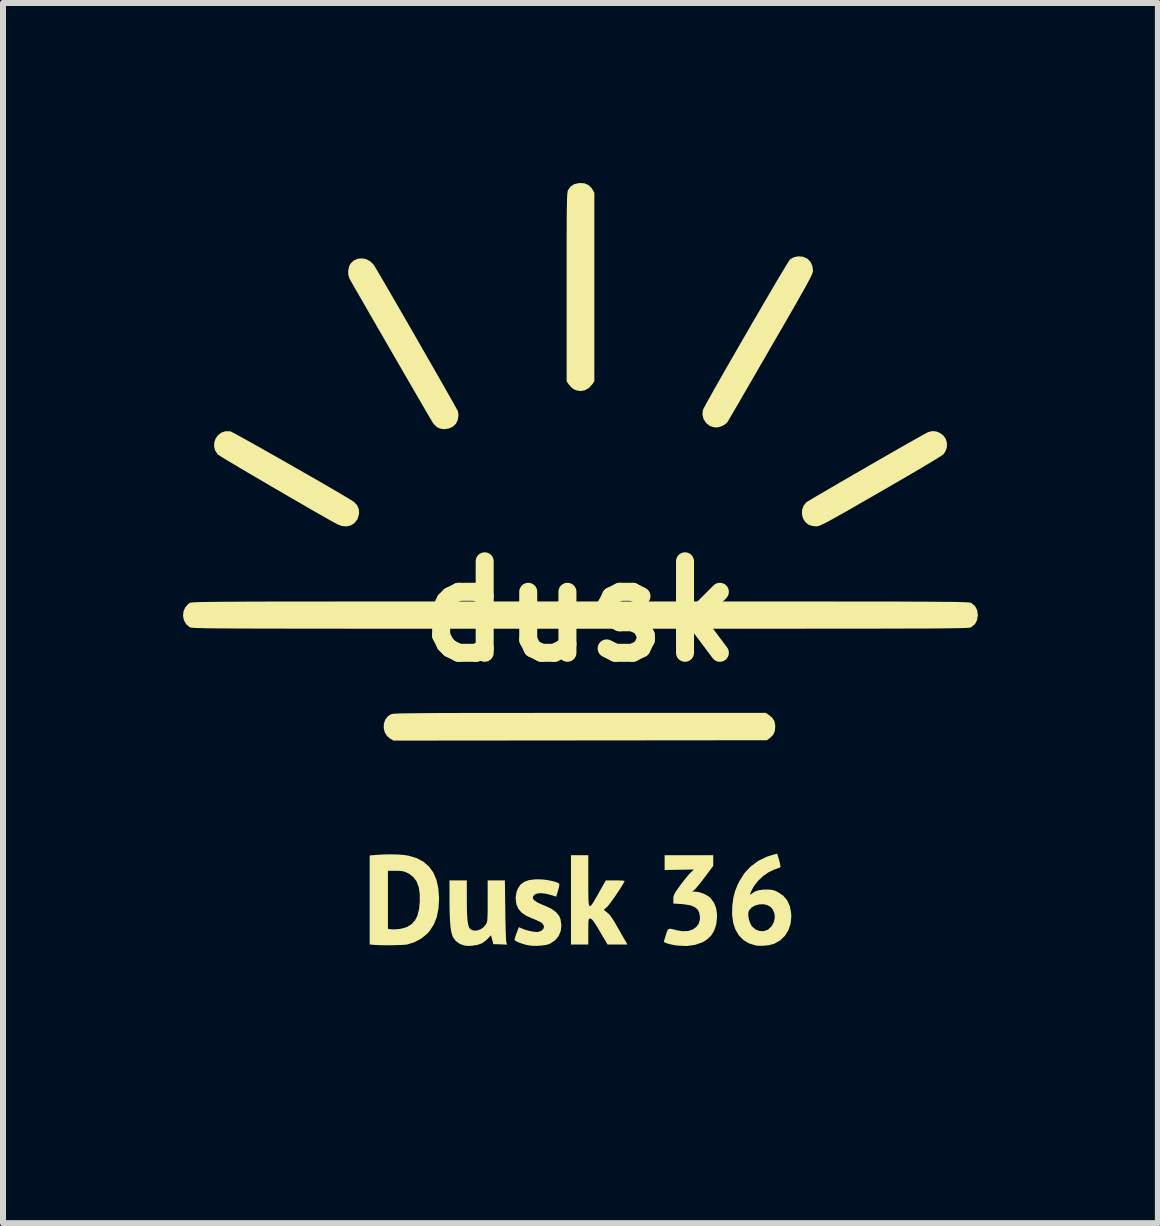
<source format=kicad_pcb>
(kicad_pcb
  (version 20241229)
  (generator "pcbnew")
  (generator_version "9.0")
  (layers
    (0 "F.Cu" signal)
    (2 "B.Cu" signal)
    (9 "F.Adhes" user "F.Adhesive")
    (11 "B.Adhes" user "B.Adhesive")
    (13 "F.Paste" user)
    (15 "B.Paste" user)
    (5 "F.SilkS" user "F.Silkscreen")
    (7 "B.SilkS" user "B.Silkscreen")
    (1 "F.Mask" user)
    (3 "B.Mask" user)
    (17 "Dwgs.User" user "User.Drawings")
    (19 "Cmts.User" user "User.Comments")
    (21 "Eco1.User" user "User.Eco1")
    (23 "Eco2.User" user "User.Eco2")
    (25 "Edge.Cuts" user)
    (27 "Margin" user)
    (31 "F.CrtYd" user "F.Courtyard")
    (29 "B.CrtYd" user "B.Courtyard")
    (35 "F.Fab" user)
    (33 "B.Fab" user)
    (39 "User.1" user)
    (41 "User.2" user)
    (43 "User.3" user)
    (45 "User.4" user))
  (footprint "dusk"
    (layer "F.Cu")
    (at 6.623 7.138)
    (property "Reference" "dusk" (at 0 0 0) (layer "F.SilkS") (effects (font (size 1.524 1.524) (thickness 0.3))))
    (attr board_only exclude_from_pos_files exclude_from_bom)
    (fp_poly (pts (xy 2.732 6.91) (xy 2.53 6.91) (xy 2.53 6.173) (xy 2.732 6.173)) (stroke (width 0) (type solid)) (fill yes) (layer "F.Mask"))
    (fp_poly (pts (xy 2.659 5.869) (xy 2.667 5.871) (xy 2.714 5.896) (xy 2.741 5.935) (xy 2.747 5.981) (xy 2.729 6.026) (xy 2.715 6.042) (xy 2.673 6.065) (xy 2.619 6.073) (xy 2.567 6.064) (xy 2.53 6.043) (xy 2.507 6.002) (xy 2.501 5.966) (xy 2.513 5.915) (xy 2.546 5.88) (xy 2.596 5.864)) (stroke (width 0) (type solid)) (fill yes) (layer "F.Mask"))
    (fp_poly (pts (xy 1.865 6.302) (xy 1.865 6.424) (xy 1.865 6.52) (xy 1.866 6.593) (xy 1.868 6.647) (xy 1.871 6.685) (xy 1.875 6.709) (xy 1.88 6.724) (xy 1.886 6.732) (xy 1.89 6.735) (xy 1.923 6.743) (xy 1.955 6.741) (xy 1.984 6.739) (xy 1.995 6.753) (xy 1.995 6.76) (xy 1.998 6.793) (xy 2.003 6.836) (xy 2.004 6.84) (xy 2.008 6.875) (xy 2 6.893) (xy 1.973 6.904) (xy 1.957 6.909) (xy 1.908 6.918) (xy 1.849 6.924) (xy 1.824 6.925) (xy 1.774 6.922) (xy 1.741 6.912) (xy 1.711 6.889) (xy 1.705 6.882) (xy 1.662 6.84) (xy 1.662 5.884) (xy 1.865 5.884)) (stroke (width 0) (type solid)) (fill yes) (layer "F.Mask"))
    (fp_poly (pts (xy 2.287 6.304) (xy 2.288 6.43) (xy 2.29 6.53) (xy 2.292 6.607) (xy 2.296 6.664) (xy 2.302 6.704) (xy 2.31 6.729) (xy 2.321 6.742) (xy 2.336 6.746) (xy 2.356 6.745) (xy 2.374 6.741) (xy 2.399 6.738) (xy 2.415 6.746) (xy 2.424 6.77) (xy 2.431 6.816) (xy 2.433 6.832) (xy 2.436 6.871) (xy 2.428 6.891) (xy 2.404 6.903) (xy 2.386 6.908) (xy 2.321 6.921) (xy 2.251 6.923) (xy 2.189 6.915) (xy 2.151 6.902) (xy 2.114 6.867) (xy 2.097 6.827) (xy 2.093 6.797) (xy 2.089 6.741) (xy 2.086 6.663) (xy 2.084 6.565) (xy 2.082 6.451) (xy 2.082 6.328) (xy 2.082 5.884) (xy 2.283 5.884)) (stroke (width 0) (type solid)) (fill yes) (layer "F.Mask"))
    (fp_poly (pts (xy 0.09 6.174) (xy 0.128 6.178) (xy 0.145 6.183) (xy 0.145 6.184) (xy 0.14 6.199) (xy 0.125 6.238) (xy 0.101 6.297) (xy 0.071 6.371) (xy 0.036 6.457) (xy -0.003 6.552) (xy -0.151 6.91) (xy -0.283 6.91) (xy -0.438 6.55) (xy -0.479 6.455) (xy -0.516 6.368) (xy -0.547 6.294) (xy -0.571 6.236) (xy -0.587 6.197) (xy -0.593 6.181) (xy -0.593 6.181) (xy -0.579 6.177) (xy -0.544 6.175) (xy -0.493 6.175) (xy -0.475 6.176) (xy -0.358 6.18) (xy -0.287 6.381) (xy -0.262 6.455) (xy -0.241 6.521) (xy -0.225 6.573) (xy -0.217 6.606) (xy -0.216 6.613) (xy -0.213 6.631) (xy -0.21 6.628) (xy -0.205 6.61) (xy -0.192 6.569) (xy -0.173 6.511) (xy -0.151 6.441) (xy -0.136 6.393) (xy -0.067 6.173) (xy 0.039 6.173)) (stroke (width 0) (type solid)) (fill yes) (layer "F.Mask"))
    (fp_poly (pts (xy 0.159 -3.148) (xy 0.308 -3.141) (xy 0.435 -3.13) (xy 0.762 -3.078) (xy 1.079 -2.998) (xy 1.386 -2.893) (xy 1.681 -2.762) (xy 1.963 -2.607) (xy 2.23 -2.428) (xy 2.482 -2.227) (xy 2.716 -2.004) (xy 2.933 -1.76) (xy 3.13 -1.495) (xy 3.28 -1.257) (xy 3.36 -1.108) (xy 3.439 -0.941) (xy 3.513 -0.764) (xy 3.58 -0.586) (xy 3.635 -0.414) (xy 3.676 -0.257) (xy 3.676 -0.257) (xy 3.698 -0.159) (xy -3.698 -0.159) (xy -3.678 -0.249) (xy -3.634 -0.415) (xy -3.576 -0.594) (xy -3.508 -0.778) (xy -3.432 -0.958) (xy -3.352 -1.124) (xy -3.301 -1.219) (xy -3.125 -1.502) (xy -2.929 -1.765) (xy -2.712 -2.008) (xy -2.477 -2.231) (xy -2.226 -2.432) (xy -1.958 -2.61) (xy -1.676 -2.764) (xy -1.381 -2.895) (xy -1.074 -3) (xy -0.757 -3.079) (xy -0.435 -3.13) (xy -0.306 -3.142) (xy -0.157 -3.148) (xy 0.001 -3.151)) (stroke (width 0) (type solid)) (fill yes) (layer "F.Mask"))
    (fp_poly (pts (xy 0.594 6.154) (xy 0.671 6.181) (xy 0.729 6.223) (xy 0.775 6.288) (xy 0.802 6.371) (xy 0.81 6.466) (xy 0.801 6.547) (xy 0.791 6.592) (xy 0.358 6.592) (xy 0.368 6.632) (xy 0.393 6.694) (xy 0.435 6.734) (xy 0.473 6.75) (xy 0.53 6.763) (xy 0.577 6.762) (xy 0.627 6.746) (xy 0.648 6.736) (xy 0.687 6.721) (xy 0.715 6.714) (xy 0.722 6.714) (xy 0.734 6.73) (xy 0.751 6.764) (xy 0.759 6.781) (xy 0.775 6.818) (xy 0.779 6.839) (xy 0.77 6.852) (xy 0.759 6.862) (xy 0.701 6.891) (xy 0.625 6.911) (xy 0.54 6.921) (xy 0.455 6.922) (xy 0.379 6.91) (xy 0.356 6.904) (xy 0.282 6.865) (xy 0.227 6.807) (xy 0.189 6.729) (xy 0.167 6.629) (xy 0.162 6.577) (xy 0.162 6.468) (xy 0.163 6.462) (xy 0.365 6.462) (xy 0.625 6.462) (xy 0.616 6.416) (xy 0.595 6.36) (xy 0.559 6.328) (xy 0.505 6.317) (xy 0.503 6.317) (xy 0.446 6.331) (xy 0.4 6.367) (xy 0.374 6.419) (xy 0.372 6.426) (xy 0.365 6.462) (xy 0.163 6.462) (xy 0.176 6.38) (xy 0.205 6.308) (xy 0.252 6.247) (xy 0.265 6.234) (xy 0.336 6.186) (xy 0.419 6.156) (xy 0.507 6.145)) (stroke (width 0) (type solid)) (fill yes) (layer "F.Mask"))
    (fp_poly (pts (xy -1.373 6.234) (xy -1.373 6.344) (xy -1.372 6.454) (xy -1.37 6.559) (xy -1.368 6.651) (xy -1.365 6.724) (xy -1.364 6.748) (xy -1.354 6.91) (xy -1.429 6.91) (xy -1.473 6.909) (xy -1.497 6.903) (xy -1.508 6.887) (xy -1.513 6.866) (xy -1.522 6.822) (xy -1.56 6.858) (xy -1.625 6.901) (xy -1.703 6.922) (xy -1.787 6.922) (xy -1.87 6.899) (xy -1.874 6.897) (xy -1.918 6.87) (xy -1.955 6.837) (xy -1.962 6.829) (xy -2.001 6.75) (xy -2.025 6.656) (xy -2.032 6.566) (xy -1.821 6.566) (xy -1.812 6.633) (xy -1.793 6.69) (xy -1.763 6.729) (xy -1.754 6.735) (xy -1.701 6.75) (xy -1.647 6.74) (xy -1.611 6.716) (xy -1.596 6.699) (xy -1.586 6.68) (xy -1.58 6.654) (xy -1.577 6.614) (xy -1.576 6.554) (xy -1.576 6.514) (xy -1.576 6.443) (xy -1.578 6.395) (xy -1.581 6.366) (xy -1.588 6.35) (xy -1.599 6.341) (xy -1.608 6.338) (xy -1.67 6.329) (xy -1.73 6.338) (xy -1.75 6.347) (xy -1.783 6.379) (xy -1.806 6.432) (xy -1.819 6.497) (xy -1.821 6.566) (xy -2.032 6.566) (xy -2.033 6.553) (xy -2.025 6.45) (xy -2.001 6.354) (xy -1.97 6.289) (xy -1.917 6.225) (xy -1.848 6.182) (xy -1.761 6.159) (xy -1.682 6.154) (xy -1.576 6.155) (xy -1.576 5.884) (xy -1.373 5.884)) (stroke (width 0) (type solid)) (fill yes) (layer "F.Mask"))
    (fp_poly (pts (xy 1.309 6.164) (xy 1.378 6.18) (xy 1.43 6.209) (xy 1.457 6.237) (xy 1.471 6.258) (xy 1.482 6.283) (xy 1.49 6.315) (xy 1.496 6.36) (xy 1.501 6.42) (xy 1.504 6.5) (xy 1.506 6.604) (xy 1.507 6.654) (xy 1.511 6.91) (xy 1.434 6.91) (xy 1.389 6.909) (xy 1.364 6.902) (xy 1.35 6.887) (xy 1.343 6.868) (xy 1.328 6.826) (xy 1.268 6.867) (xy 1.189 6.904) (xy 1.103 6.917) (xy 1.045 6.91) (xy 0.972 6.881) (xy 0.92 6.832) (xy 0.89 6.764) (xy 0.882 6.692) (xy 0.887 6.662) (xy 1.093 6.662) (xy 1.096 6.697) (xy 1.125 6.733) (xy 1.166 6.75) (xy 1.218 6.741) (xy 1.242 6.73) (xy 1.281 6.702) (xy 1.298 6.662) (xy 1.301 6.625) (xy 1.3 6.605) (xy 1.29 6.594) (xy 1.266 6.592) (xy 1.221 6.595) (xy 1.219 6.595) (xy 1.157 6.608) (xy 1.114 6.631) (xy 1.093 6.662) (xy 0.887 6.662) (xy 0.894 6.618) (xy 0.932 6.558) (xy 0.994 6.512) (xy 1.08 6.481) (xy 1.186 6.466) (xy 1.301 6.458) (xy 1.301 6.411) (xy 1.293 6.367) (xy 1.267 6.34) (xy 1.221 6.328) (xy 1.152 6.329) (xy 1.127 6.333) (xy 1.074 6.341) (xy 1.028 6.349) (xy 1.01 6.353) (xy 0.987 6.357) (xy 0.972 6.349) (xy 0.959 6.323) (xy 0.947 6.289) (xy 0.934 6.247) (xy 0.928 6.217) (xy 0.928 6.209) (xy 0.952 6.197) (xy 0.996 6.186) (xy 1.055 6.174) (xy 1.119 6.165) (xy 1.181 6.16) (xy 1.218 6.158)) (stroke (width 0) (type solid)) (fill yes) (layer "F.Mask"))
    (fp_poly (pts (xy 2.475 2.671) (xy 2.529 2.72) (xy 2.567 2.785) (xy 2.583 2.855) (xy 2.581 2.896) (xy 2.557 2.972) (xy 2.512 3.036) (xy 2.458 3.076) (xy 2.45 3.079) (xy 2.439 3.082) (xy 2.425 3.084) (xy 2.405 3.087) (xy 2.379 3.089) (xy 2.345 3.091) (xy 2.301 3.093) (xy 2.247 3.094) (xy 2.181 3.096) (xy 2.102 3.097) (xy 2.009 3.098) (xy 1.899 3.099) (xy 1.772 3.1) (xy 1.627 3.1) (xy 1.462 3.101) (xy 1.276 3.101) (xy 1.068 3.102) (xy 0.835 3.102) (xy 0.578 3.103) (xy 0.294 3.103) (xy 0.007 3.103) (xy -0.255 3.103) (xy -0.509 3.103) (xy -0.755 3.103) (xy -0.99 3.103) (xy -1.213 3.103) (xy -1.422 3.102) (xy -1.617 3.102) (xy -1.794 3.101) (xy -1.954 3.1) (xy -2.093 3.099) (xy -2.212 3.098) (xy -2.307 3.097) (xy -2.379 3.096) (xy -2.424 3.095) (xy -2.441 3.094) (xy -2.516 3.063) (xy -2.571 3.012) (xy -2.604 2.944) (xy -2.613 2.862) (xy -2.613 2.851) (xy -2.597 2.774) (xy -2.56 2.714) (xy -2.499 2.667) (xy -2.493 2.664) (xy -2.485 2.66) (xy -2.475 2.657) (xy -2.461 2.654) (xy -2.443 2.652) (xy -2.418 2.65) (xy -2.385 2.648) (xy -2.344 2.646) (xy -2.292 2.645) (xy -2.229 2.643) (xy -2.153 2.642) (xy -2.062 2.641) (xy -1.956 2.64) (xy -1.834 2.64) (xy -1.693 2.639) (xy -1.533 2.639) (xy -1.352 2.639) (xy -1.15 2.639) (xy -0.923 2.638) (xy -0.672 2.638) (xy -0.396 2.638) (xy -0.092 2.638) (xy 2.421 2.638)) (stroke (width 0) (type solid)) (fill yes) (layer "F.Mask"))
    (fp_poly (pts (xy 3.27 6.151) (xy 3.356 6.173) (xy 3.417 6.205) (xy 3.465 6.257) (xy 3.497 6.331) (xy 3.512 6.423) (xy 3.513 6.45) (xy 3.513 6.503) (xy 3.511 6.541) (xy 3.501 6.566) (xy 3.481 6.581) (xy 3.446 6.589) (xy 3.392 6.592) (xy 3.315 6.592) (xy 3.28 6.592) (xy 3.064 6.592) (xy 3.074 6.632) (xy 3.099 6.694) (xy 3.137 6.735) (xy 3.164 6.747) (xy 3.222 6.756) (xy 3.284 6.755) (xy 3.339 6.745) (xy 3.369 6.732) (xy 3.399 6.714) (xy 3.419 6.708) (xy 3.432 6.719) (xy 3.451 6.748) (xy 3.473 6.784) (xy 3.49 6.818) (xy 3.498 6.842) (xy 3.498 6.844) (xy 3.486 6.852) (xy 3.455 6.867) (xy 3.423 6.882) (xy 3.353 6.904) (xy 3.27 6.917) (xy 3.185 6.922) (xy 3.108 6.916) (xy 3.06 6.904) (xy 3.014 6.882) (xy 2.975 6.856) (xy 2.97 6.852) (xy 2.923 6.789) (xy 2.889 6.708) (xy 2.87 6.615) (xy 2.865 6.517) (xy 2.873 6.44) (xy 3.079 6.44) (xy 3.094 6.454) (xy 3.13 6.46) (xy 3.191 6.462) (xy 3.202 6.462) (xy 3.262 6.462) (xy 3.298 6.459) (xy 3.317 6.454) (xy 3.324 6.443) (xy 3.325 6.428) (xy 3.312 6.379) (xy 3.279 6.34) (xy 3.234 6.319) (xy 3.217 6.317) (xy 3.163 6.322) (xy 3.128 6.339) (xy 3.102 6.372) (xy 3.1 6.376) (xy 3.083 6.415) (xy 3.079 6.44) (xy 2.873 6.44) (xy 2.875 6.421) (xy 2.9 6.335) (xy 2.941 6.264) (xy 2.944 6.26) (xy 3.008 6.205) (xy 3.088 6.168) (xy 3.178 6.149)) (stroke (width 0) (type solid)) (fill yes) (layer "F.Mask"))
    (fp_poly (pts (xy -0.835 6.163) (xy -0.768 6.178) (xy -0.718 6.206) (xy -0.68 6.248) (xy -0.673 6.26) (xy -0.662 6.28) (xy -0.654 6.304) (xy -0.649 6.334) (xy -0.646 6.377) (xy -0.644 6.437) (xy -0.643 6.518) (xy -0.643 6.57) (xy -0.642 6.657) (xy -0.64 6.736) (xy -0.637 6.802) (xy -0.634 6.849) (xy -0.63 6.87) (xy -0.618 6.91) (xy -0.706 6.91) (xy -0.754 6.909) (xy -0.781 6.905) (xy -0.794 6.893) (xy -0.801 6.871) (xy -0.802 6.867) (xy -0.811 6.834) (xy -0.823 6.826) (xy -0.844 6.842) (xy -0.857 6.854) (xy -0.919 6.894) (xy -0.995 6.914) (xy -1.078 6.913) (xy -1.105 6.908) (xy -1.175 6.88) (xy -1.223 6.833) (xy -1.25 6.767) (xy -1.255 6.681) (xy -1.255 6.674) (xy -1.253 6.662) (xy -1.051 6.662) (xy -1.05 6.696) (xy -1.027 6.725) (xy -0.98 6.748) (xy -0.931 6.743) (xy -0.883 6.714) (xy -0.848 6.673) (xy -0.838 6.634) (xy -0.841 6.608) (xy -0.852 6.596) (xy -0.88 6.592) (xy -0.903 6.592) (xy -0.974 6.6) (xy -1.024 6.622) (xy -1.05 6.658) (xy -1.051 6.662) (xy -1.253 6.662) (xy -1.249 6.622) (xy -1.238 6.588) (xy -1.217 6.56) (xy -1.203 6.547) (xy -1.142 6.508) (xy -1.062 6.48) (xy -0.971 6.464) (xy -0.923 6.462) (xy -0.875 6.461) (xy -0.85 6.457) (xy -0.84 6.446) (xy -0.838 6.424) (xy -0.838 6.421) (xy -0.846 6.373) (xy -0.871 6.343) (xy -0.916 6.329) (xy -0.957 6.328) (xy -1.016 6.332) (xy -1.075 6.341) (xy -1.097 6.346) (xy -1.137 6.354) (xy -1.164 6.356) (xy -1.169 6.355) (xy -1.18 6.337) (xy -1.193 6.303) (xy -1.204 6.263) (xy -1.211 6.228) (xy -1.211 6.208) (xy -1.211 6.208) (xy -1.185 6.195) (xy -1.137 6.182) (xy -1.076 6.171) (xy -1.008 6.163) (xy -0.941 6.159) (xy -0.925 6.159)) (stroke (width 0) (type solid)) (fill yes) (layer "F.Mask"))
    (fp_poly (pts (xy 0.383 0.745) (xy 0.738 0.745) (xy 1.066 0.745) (xy 1.369 0.745) (xy 1.646 0.745) (xy 1.901 0.745) (xy 2.132 0.745) (xy 2.343 0.745) (xy 2.533 0.746) (xy 2.703 0.746) (xy 2.856 0.746) (xy 2.991 0.747) (xy 3.11 0.748) (xy 3.214 0.748) (xy 3.304 0.749) (xy 3.381 0.75) (xy 3.447 0.752) (xy 3.501 0.753) (xy 3.546 0.754) (xy 3.582 0.756) (xy 3.611 0.758) (xy 3.633 0.76) (xy 3.65 0.762) (xy 3.662 0.764) (xy 3.671 0.767) (xy 3.678 0.77) (xy 3.683 0.773) (xy 3.685 0.773) (xy 3.747 0.823) (xy 3.785 0.887) (xy 3.798 0.95) (xy 3.793 1.032) (xy 3.762 1.104) (xy 3.708 1.161) (xy 3.69 1.173) (xy 3.636 1.207) (xy 0.029 1.209) (xy -0.293 1.209) (xy -0.607 1.21) (xy -0.912 1.21) (xy -1.208 1.209) (xy -1.493 1.209) (xy -1.765 1.209) (xy -2.024 1.209) (xy -2.268 1.208) (xy -2.496 1.208) (xy -2.706 1.207) (xy -2.898 1.207) (xy -3.07 1.206) (xy -3.222 1.205) (xy -3.351 1.205) (xy -3.456 1.204) (xy -3.537 1.203) (xy -3.591 1.202) (xy -3.619 1.201) (xy -3.622 1.201) (xy -3.696 1.169) (xy -3.753 1.117) (xy -3.788 1.049) (xy -3.8 0.97) (xy -3.798 0.95) (xy -3.779 0.874) (xy -3.737 0.813) (xy -3.685 0.773) (xy -3.679 0.77) (xy -3.673 0.768) (xy -3.665 0.765) (xy -3.654 0.763) (xy -3.638 0.76) (xy -3.618 0.758) (xy -3.591 0.756) (xy -3.557 0.755) (xy -3.514 0.753) (xy -3.462 0.752) (xy -3.4 0.751) (xy -3.326 0.75) (xy -3.24 0.749) (xy -3.14 0.748) (xy -3.025 0.747) (xy -2.894 0.747) (xy -2.746 0.746) (xy -2.581 0.746) (xy -2.396 0.745) (xy -2.191 0.745) (xy -1.965 0.745) (xy -1.717 0.745) (xy -1.446 0.745) (xy -1.15 0.745) (xy -0.829 0.745) (xy -0.481 0.745) (xy -0.106 0.744) (xy -0.000001 0.744)) (stroke (width 0) (type solid)) (fill yes) (layer "F.Mask"))
    (fp_poly (pts (xy -2.703 5.869) (xy -2.586 5.895) (xy -2.478 5.936) (xy -2.383 5.99) (xy -2.308 6.054) (xy -2.269 6.105) (xy -2.218 6.212) (xy -2.188 6.328) (xy -2.18 6.445) (xy -2.194 6.557) (xy -2.204 6.589) (xy -2.249 6.682) (xy -2.316 6.76) (xy -2.401 6.821) (xy -2.498 6.859) (xy -2.597 6.873) (xy -2.651 6.872) (xy -2.686 6.865) (xy -2.713 6.849) (xy -2.724 6.839) (xy -2.749 6.805) (xy -2.761 6.771) (xy -2.761 6.768) (xy -2.762 6.75) (xy -2.769 6.746) (xy -2.787 6.758) (xy -2.82 6.788) (xy -2.825 6.792) (xy -2.896 6.844) (xy -2.967 6.872) (xy -3.034 6.876) (xy -3.094 6.856) (xy -3.143 6.812) (xy -3.162 6.781) (xy -3.188 6.7) (xy -3.191 6.61) (xy -3.187 6.589) (xy -2.997 6.589) (xy -2.992 6.653) (xy -2.972 6.693) (xy -2.939 6.709) (xy -2.896 6.699) (xy -2.845 6.663) (xy -2.826 6.644) (xy -2.791 6.604) (xy -2.769 6.567) (xy -2.755 6.52) (xy -2.748 6.482) (xy -2.739 6.429) (xy -2.737 6.397) (xy -2.742 6.379) (xy -2.755 6.366) (xy -2.756 6.365) (xy -2.8 6.348) (xy -2.848 6.355) (xy -2.895 6.383) (xy -2.938 6.427) (xy -2.971 6.484) (xy -2.992 6.55) (xy -2.997 6.589) (xy -3.187 6.589) (xy -3.174 6.516) (xy -3.14 6.424) (xy -3.091 6.339) (xy -3.029 6.269) (xy -2.957 6.217) (xy -2.937 6.208) (xy -2.879 6.192) (xy -2.815 6.188) (xy -2.754 6.194) (xy -2.71 6.211) (xy -2.682 6.226) (xy -2.664 6.224) (xy -2.648 6.211) (xy -2.616 6.195) (xy -2.573 6.187) (xy -2.568 6.187) (xy -2.534 6.189) (xy -2.521 6.199) (xy -2.522 6.22) (xy -2.536 6.289) (xy -2.55 6.367) (xy -2.563 6.447) (xy -2.574 6.523) (xy -2.581 6.587) (xy -2.585 6.632) (xy -2.585 6.647) (xy -2.579 6.683) (xy -2.565 6.699) (xy -2.536 6.705) (xy -2.483 6.697) (xy -2.435 6.664) (xy -2.397 6.61) (xy -2.37 6.54) (xy -2.357 6.457) (xy -2.357 6.435) (xy -2.362 6.344) (xy -2.379 6.272) (xy -2.413 6.21) (xy -2.464 6.15) (xy -2.515 6.105) (xy -2.562 6.075) (xy -2.62 6.054) (xy -2.625 6.053) (xy -2.756 6.029) (xy -2.88 6.032) (xy -2.996 6.06) (xy -3.1 6.113) (xy -3.19 6.189) (xy -3.263 6.287) (xy -3.287 6.332) (xy -3.309 6.382) (xy -3.323 6.424) (xy -3.33 6.469) (xy -3.332 6.528) (xy -3.332 6.556) (xy -3.33 6.626) (xy -3.325 6.678) (xy -3.313 6.721) (xy -3.295 6.766) (xy -3.237 6.86) (xy -3.161 6.933) (xy -3.079 6.981) (xy -3.035 7) (xy -2.994 7.011) (xy -2.945 7.017) (xy -2.879 7.018) (xy -2.862 7.018) (xy -2.796 7.017) (xy -2.736 7.014) (xy -2.691 7.009) (xy -2.678 7.007) (xy -2.645 7.001) (xy -2.628 7.01) (xy -2.616 7.036) (xy -2.596 7.091) (xy -2.591 7.126) (xy -2.6 7.148) (xy -2.626 7.162) (xy -2.644 7.168) (xy -2.706 7.181) (xy -2.785 7.189) (xy -2.869 7.193) (xy -2.948 7.191) (xy -2.999 7.185) (xy -3.133 7.148) (xy -3.249 7.09) (xy -3.315 7.039) (xy -3.398 6.949) (xy -3.458 6.846) (xy -3.496 6.73) (xy -3.512 6.595) (xy -3.513 6.552) (xy -3.5 6.412) (xy -3.461 6.283) (xy -3.401 6.168) (xy -3.32 6.067) (xy -3.221 5.985) (xy -3.108 5.921) (xy -2.981 5.88) (xy -2.845 5.862)) (stroke (width 0) (type solid)) (fill yes) (layer "F.Mask"))
    (fp_poly (pts (xy 0.068 -7.133) (xy 0.134 -7.104) (xy 0.186 -7.051) (xy 0.199 -7.032) (xy 0.231 -6.975) (xy 0.231 -5.405) (xy 0.231 -3.835) (xy 0.198 -3.786) (xy 0.14 -3.722) (xy 0.071 -3.684) (xy 0 -3.672) (xy -0.072 -3.683) (xy -0.117 -3.705) (xy -0.159 -3.74) (xy -0.196 -3.783) (xy -0.198 -3.786) (xy -0.231 -3.835) (xy -0.231 -5.403) (xy -0.231 -5.652) (xy -0.231 -5.873) (xy -0.231 -6.069) (xy -0.231 -6.24) (xy -0.23 -6.389) (xy -0.23 -6.518) (xy -0.229 -6.627) (xy -0.228 -6.719) (xy -0.226 -6.795) (xy -0.225 -6.857) (xy -0.223 -6.906) (xy -0.221 -6.944) (xy -0.218 -6.972) (xy -0.215 -6.993) (xy -0.212 -7.008) (xy -0.209 -7.019) (xy -0.208 -7.02) (xy -0.165 -7.081) (xy -0.103 -7.12) (xy -0.022 -7.138) (xy -0.015 -7.138)) (stroke (width 0) (type solid)) (fill yes) (layer "F.SilkS"))
    (fp_poly (pts (xy 3.137 1.724) (xy 3.196 1.772) (xy 3.23 1.825) (xy 3.244 1.89) (xy 3.245 1.923) (xy 3.238 1.994) (xy 3.214 2.051) (xy 3.167 2.101) (xy 3.146 2.117) (xy 3.106 2.147) (xy -3.115 2.153) (xy -3.168 2.123) (xy -3.225 2.075) (xy -3.262 2.014) (xy -3.279 1.945) (xy -3.277 1.874) (xy -3.255 1.807) (xy -3.213 1.751) (xy -3.16 1.715) (xy -3.153 1.712) (xy -3.142 1.71) (xy -3.126 1.707) (xy -3.104 1.705) (xy -3.075 1.703) (xy -3.037 1.702) (xy -2.991 1.7) (xy -2.933 1.699) (xy -2.864 1.698) (xy -2.782 1.697) (xy -2.686 1.696) (xy -2.574 1.695) (xy -2.447 1.694) (xy -2.302 1.693) (xy -2.138 1.693) (xy -1.955 1.692) (xy -1.751 1.692) (xy -1.524 1.692) (xy -1.275 1.692) (xy -1.001 1.692) (xy -0.702 1.691) (xy -0.376 1.691) (xy -0.023 1.691) (xy 3.089 1.691)) (stroke (width 0) (type solid)) (fill yes) (layer "F.SilkS"))
    (fp_poly (pts (xy -1.894 4.789) (xy -1.893 4.926) (xy -1.89 5.036) (xy -1.885 5.124) (xy -1.877 5.19) (xy -1.866 5.239) (xy -1.853 5.273) (xy -1.835 5.294) (xy -1.835 5.295) (xy -1.786 5.317) (xy -1.729 5.318) (xy -1.669 5.299) (xy -1.615 5.262) (xy -1.576 5.215) (xy -1.567 5.198) (xy -1.56 5.179) (xy -1.554 5.153) (xy -1.551 5.117) (xy -1.549 5.066) (xy -1.547 4.997) (xy -1.547 4.906) (xy -1.547 4.825) (xy -1.547 4.482) (xy -1.26 4.482) (xy -1.253 4.977) (xy -1.252 5.095) (xy -1.249 5.206) (xy -1.247 5.305) (xy -1.244 5.389) (xy -1.241 5.455) (xy -1.238 5.497) (xy -1.236 5.512) (xy -1.225 5.553) (xy -1.339 5.548) (xy -1.453 5.544) (xy -1.472 5.47) (xy -1.492 5.396) (xy -1.542 5.451) (xy -1.586 5.491) (xy -1.635 5.526) (xy -1.653 5.535) (xy -1.718 5.557) (xy -1.797 5.57) (xy -1.878 5.574) (xy -1.94 5.567) (xy -2.016 5.538) (xy -2.081 5.489) (xy -2.126 5.427) (xy -2.143 5.381) (xy -2.157 5.32) (xy -2.168 5.241) (xy -2.175 5.143) (xy -2.18 5.023) (xy -2.183 4.877) (xy -2.183 4.803) (xy -2.183 4.482) (xy -1.894 4.482)) (stroke (width 0) (type solid)) (fill yes) (layer "F.SilkS"))
    (fp_poly (pts (xy -3.043 4.051) (xy -2.94 4.059) (xy -2.865 4.071) (xy -2.732 4.11) (xy -2.619 4.17) (xy -2.526 4.25) (xy -2.453 4.35) (xy -2.401 4.471) (xy -2.369 4.613) (xy -2.357 4.775) (xy -2.357 4.788) (xy -2.366 4.951) (xy -2.395 5.095) (xy -2.445 5.219) (xy -2.515 5.327) (xy -2.561 5.377) (xy -2.652 5.45) (xy -2.761 5.509) (xy -2.876 5.547) (xy -2.888 5.55) (xy -2.929 5.555) (xy -2.991 5.559) (xy -3.069 5.561) (xy -3.156 5.563) (xy -3.245 5.563) (xy -3.33 5.562) (xy -3.404 5.559) (xy -3.459 5.555) (xy -3.513 5.55) (xy -3.513 5.289) (xy -3.209 5.289) (xy -3.17 5.296) (xy -3.096 5.299) (xy -3.011 5.291) (xy -2.929 5.272) (xy -2.882 5.254) (xy -2.81 5.208) (xy -2.755 5.145) (xy -2.715 5.063) (xy -2.69 4.96) (xy -2.678 4.834) (xy -2.679 4.701) (xy -2.697 4.591) (xy -2.731 4.5) (xy -2.783 4.429) (xy -2.854 4.374) (xy -2.88 4.36) (xy -2.923 4.341) (xy -2.964 4.329) (xy -3.014 4.324) (xy -3.082 4.322) (xy -3.209 4.322) (xy -3.209 5.289) (xy -3.513 5.289) (xy -3.513 4.067) (xy -3.402 4.057) (xy -3.282 4.05) (xy -3.16 4.048)) (stroke (width 0) (type solid)) (fill yes) (layer "F.SilkS"))
    (fp_poly (pts (xy -5.841 -3.002) (xy -5.837 -3.001) (xy -5.818 -2.993) (xy -5.777 -2.972) (xy -5.715 -2.938) (xy -5.635 -2.894) (xy -5.539 -2.841) (xy -5.43 -2.78) (xy -5.31 -2.713) (xy -5.182 -2.64) (xy -5.047 -2.564) (xy -4.908 -2.485) (xy -4.767 -2.404) (xy -4.627 -2.324) (xy -4.49 -2.246) (xy -4.358 -2.17) (xy -4.233 -2.098) (xy -4.119 -2.031) (xy -4.017 -1.972) (xy -3.929 -1.92) (xy -3.859 -1.878) (xy -3.807 -1.846) (xy -3.778 -1.827) (xy -3.775 -1.825) (xy -3.722 -1.769) (xy -3.693 -1.7) (xy -3.69 -1.624) (xy -3.713 -1.545) (xy -3.719 -1.533) (xy -3.765 -1.473) (xy -3.827 -1.433) (xy -3.899 -1.416) (xy -3.978 -1.423) (xy -4.049 -1.451) (xy -4.104 -1.48) (xy -4.177 -1.521) (xy -4.267 -1.572) (xy -4.371 -1.631) (xy -4.486 -1.697) (xy -4.611 -1.769) (xy -4.743 -1.846) (xy -4.88 -1.925) (xy -5.019 -2.006) (xy -5.159 -2.087) (xy -5.296 -2.168) (xy -5.428 -2.245) (xy -5.554 -2.319) (xy -5.671 -2.388) (xy -5.776 -2.451) (xy -5.867 -2.505) (xy -5.942 -2.55) (xy -5.998 -2.585) (xy -6.034 -2.608) (xy -6.046 -2.617) (xy -6.088 -2.681) (xy -6.106 -2.749) (xy -6.102 -2.818) (xy -6.079 -2.883) (xy -6.038 -2.938) (xy -5.983 -2.98) (xy -5.917 -3.002)) (stroke (width 0) (type solid)) (fill yes) (layer "F.SilkS"))
    (fp_poly (pts (xy 0.13 4.496) (xy 0.13 4.631) (xy 0.131 4.738) (xy 0.133 4.819) (xy 0.138 4.874) (xy 0.147 4.904) (xy 0.16 4.912) (xy 0.179 4.897) (xy 0.205 4.861) (xy 0.238 4.806) (xy 0.281 4.732) (xy 0.303 4.692) (xy 0.422 4.482) (xy 0.581 4.482) (xy 0.644 4.483) (xy 0.695 4.485) (xy 0.726 4.489) (xy 0.735 4.494) (xy 0.718 4.527) (xy 0.689 4.576) (xy 0.651 4.636) (xy 0.608 4.701) (xy 0.563 4.767) (xy 0.519 4.828) (xy 0.481 4.88) (xy 0.452 4.916) (xy 0.437 4.93) (xy 0.408 4.953) (xy 0.392 4.969) (xy 0.391 4.971) (xy 0.402 4.984) (xy 0.429 5.006) (xy 0.445 5.018) (xy 0.48 5.049) (xy 0.52 5.101) (xy 0.567 5.176) (xy 0.593 5.22) (xy 0.633 5.291) (xy 0.674 5.362) (xy 0.709 5.424) (xy 0.735 5.468) (xy 0.782 5.551) (xy 0.451 5.551) (xy 0.323 5.334) (xy 0.275 5.253) (xy 0.238 5.195) (xy 0.21 5.155) (xy 0.189 5.131) (xy 0.173 5.12) (xy 0.163 5.118) (xy 0.15 5.118) (xy 0.141 5.124) (xy 0.136 5.138) (xy 0.132 5.165) (xy 0.131 5.21) (xy 0.13 5.277) (xy 0.13 5.334) (xy 0.13 5.551) (xy -0.159 5.551) (xy -0.159 4.062) (xy 0.13 4.062)) (stroke (width 0) (type solid)) (fill yes) (layer "F.SilkS"))
    (fp_poly (pts (xy 5.923 -3) (xy 5.979 -2.979) (xy 6.042 -2.936) (xy 6.085 -2.878) (xy 6.106 -2.809) (xy 6.105 -2.737) (xy 6.081 -2.666) (xy 6.046 -2.617) (xy 6.027 -2.603) (xy 5.986 -2.576) (xy 5.923 -2.537) (xy 5.841 -2.487) (xy 5.742 -2.428) (xy 5.628 -2.36) (xy 5.5 -2.285) (xy 5.361 -2.204) (xy 5.213 -2.118) (xy 5.057 -2.028) (xy 5.001 -1.996) (xy 4.818 -1.89) (xy 4.659 -1.799) (xy 4.521 -1.72) (xy 4.403 -1.652) (xy 4.303 -1.596) (xy 4.219 -1.549) (xy 4.15 -1.511) (xy 4.094 -1.481) (xy 4.049 -1.458) (xy 4.014 -1.442) (xy 3.986 -1.43) (xy 3.965 -1.423) (xy 3.948 -1.419) (xy 3.933 -1.417) (xy 3.924 -1.417) (xy 3.862 -1.424) (xy 3.807 -1.441) (xy 3.802 -1.444) (xy 3.746 -1.488) (xy 3.708 -1.549) (xy 3.69 -1.619) (xy 3.693 -1.692) (xy 3.716 -1.759) (xy 3.76 -1.816) (xy 3.778 -1.828) (xy 3.819 -1.852) (xy 3.88 -1.889) (xy 3.959 -1.936) (xy 4.054 -1.991) (xy 4.162 -2.054) (xy 4.281 -2.124) (xy 4.409 -2.198) (xy 4.543 -2.276) (xy 4.681 -2.355) (xy 4.82 -2.436) (xy 4.959 -2.516) (xy 5.095 -2.594) (xy 5.225 -2.669) (xy 5.348 -2.739) (xy 5.46 -2.803) (xy 5.56 -2.859) (xy 5.645 -2.907) (xy 5.713 -2.945) (xy 5.761 -2.971) (xy 5.787 -2.985) (xy 5.789 -2.986) (xy 5.857 -3.004)) (stroke (width 0) (type solid)) (fill yes) (layer "F.SilkS"))
    (fp_poly (pts (xy -3.572 -5.87) (xy -3.505 -5.835) (xy -3.449 -5.78) (xy -3.438 -5.764) (xy -3.415 -5.726) (xy -3.38 -5.667) (xy -3.335 -5.59) (xy -3.279 -5.495) (xy -3.216 -5.386) (xy -3.145 -5.264) (xy -3.069 -5.132) (xy -2.988 -4.992) (xy -2.903 -4.845) (xy -2.816 -4.694) (xy -2.728 -4.541) (xy -2.641 -4.389) (xy -2.555 -4.239) (xy -2.471 -4.093) (xy -2.392 -3.954) (xy -2.317 -3.824) (xy -2.249 -3.704) (xy -2.189 -3.598) (xy -2.137 -3.507) (xy -2.096 -3.433) (xy -2.065 -3.378) (xy -2.047 -3.345) (xy -2.043 -3.336) (xy -2.033 -3.267) (xy -2.044 -3.193) (xy -2.076 -3.127) (xy -2.078 -3.124) (xy -2.129 -3.077) (xy -2.196 -3.047) (xy -2.269 -3.036) (xy -2.34 -3.046) (xy -2.381 -3.064) (xy -2.419 -3.095) (xy -2.456 -3.137) (xy -2.463 -3.147) (xy -2.475 -3.168) (xy -2.501 -3.211) (xy -2.539 -3.275) (xy -2.587 -3.358) (xy -2.644 -3.457) (xy -2.71 -3.57) (xy -2.783 -3.695) (xy -2.861 -3.83) (xy -2.944 -3.973) (xy -3.029 -4.121) (xy -3.117 -4.272) (xy -3.205 -4.425) (xy -3.292 -4.576) (xy -3.378 -4.724) (xy -3.46 -4.867) (xy -3.538 -5.002) (xy -3.61 -5.127) (xy -3.675 -5.24) (xy -3.732 -5.339) (xy -3.78 -5.422) (xy -3.816 -5.486) (xy -3.841 -5.53) (xy -3.852 -5.55) (xy -3.87 -5.611) (xy -3.871 -5.683) (xy -3.855 -5.751) (xy -3.834 -5.793) (xy -3.781 -5.845) (xy -3.715 -5.875) (xy -3.644 -5.883)) (stroke (width 0) (type solid)) (fill yes) (layer "F.SilkS"))
    (fp_poly (pts (xy 2.212 4.24) (xy 2.073 4.426) (xy 2.023 4.492) (xy 1.976 4.551) (xy 1.936 4.599) (xy 1.907 4.632) (xy 1.897 4.641) (xy 1.861 4.669) (xy 1.913 4.669) (xy 1.98 4.679) (xy 2.054 4.704) (xy 2.121 4.74) (xy 2.165 4.774) (xy 2.224 4.853) (xy 2.26 4.944) (xy 2.275 5.052) (xy 2.276 5.081) (xy 2.264 5.206) (xy 2.23 5.315) (xy 2.175 5.405) (xy 2.097 5.476) (xy 2.033 5.514) (xy 1.907 5.557) (xy 1.767 5.576) (xy 1.614 5.568) (xy 1.553 5.559) (xy 1.493 5.546) (xy 1.441 5.531) (xy 1.404 5.517) (xy 1.388 5.505) (xy 1.388 5.504) (xy 1.392 5.49) (xy 1.403 5.455) (xy 1.418 5.406) (xy 1.422 5.392) (xy 1.439 5.339) (xy 1.454 5.306) (xy 1.474 5.29) (xy 1.504 5.289) (xy 1.552 5.299) (xy 1.604 5.313) (xy 1.704 5.329) (xy 1.793 5.325) (xy 1.869 5.301) (xy 1.929 5.259) (xy 1.971 5.202) (xy 1.99 5.13) (xy 1.99 5.084) (xy 1.977 5.016) (xy 1.947 4.963) (xy 1.899 4.925) (xy 1.83 4.898) (xy 1.736 4.882) (xy 1.688 4.877) (xy 1.547 4.868) (xy 1.547 4.796) (xy 1.548 4.764) (xy 1.554 4.737) (xy 1.566 4.707) (xy 1.588 4.669) (xy 1.623 4.618) (xy 1.658 4.57) (xy 1.706 4.506) (xy 1.754 4.445) (xy 1.797 4.393) (xy 1.829 4.359) (xy 1.89 4.301) (xy 1.402 4.309) (xy 1.402 4.062) (xy 2.212 4.062)) (stroke (width 0) (type solid)) (fill yes) (layer "F.SilkS"))
    (fp_poly (pts (xy 3.702 -5.911) (xy 3.772 -5.882) (xy 3.786 -5.873) (xy 3.833 -5.822) (xy 3.864 -5.754) (xy 3.874 -5.681) (xy 3.873 -5.669) (xy 3.87 -5.654) (xy 3.864 -5.634) (xy 3.854 -5.609) (xy 3.839 -5.577) (xy 3.818 -5.536) (xy 3.791 -5.485) (xy 3.757 -5.421) (xy 3.714 -5.345) (xy 3.662 -5.253) (xy 3.601 -5.145) (xy 3.529 -5.019) (xy 3.445 -4.873) (xy 3.349 -4.707) (xy 3.239 -4.517) (xy 3.172 -4.402) (xy 3.073 -4.229) (xy 2.976 -4.063) (xy 2.885 -3.905) (xy 2.8 -3.758) (xy 2.721 -3.622) (xy 2.651 -3.5) (xy 2.589 -3.394) (xy 2.537 -3.305) (xy 2.496 -3.235) (xy 2.468 -3.186) (xy 2.452 -3.159) (xy 2.449 -3.155) (xy 2.413 -3.119) (xy 2.359 -3.089) (xy 2.298 -3.069) (xy 2.259 -3.065) (xy 2.208 -3.072) (xy 2.157 -3.09) (xy 2.154 -3.092) (xy 2.093 -3.14) (xy 2.051 -3.204) (xy 2.032 -3.278) (xy 2.039 -3.354) (xy 2.048 -3.375) (xy 2.071 -3.418) (xy 2.106 -3.483) (xy 2.152 -3.565) (xy 2.207 -3.664) (xy 2.272 -3.778) (xy 2.343 -3.903) (xy 2.42 -4.039) (xy 2.503 -4.183) (xy 2.589 -4.332) (xy 2.677 -4.485) (xy 2.767 -4.64) (xy 2.856 -4.795) (xy 2.945 -4.947) (xy 3.03 -5.094) (xy 3.113 -5.235) (xy 3.19 -5.367) (xy 3.261 -5.488) (xy 3.325 -5.596) (xy 3.381 -5.688) (xy 3.426 -5.764) (xy 3.461 -5.82) (xy 3.484 -5.855) (xy 3.492 -5.865) (xy 3.554 -5.902) (xy 3.627 -5.917)) (stroke (width 0) (type solid)) (fill yes) (layer "F.SilkS"))
    (fp_poly (pts (xy -0.616 4.468) (xy -0.543 4.478) (xy -0.474 4.492) (xy -0.414 4.508) (xy -0.371 4.526) (xy -0.354 4.54) (xy -0.353 4.561) (xy -0.36 4.6) (xy -0.373 4.65) (xy -0.375 4.654) (xy -0.405 4.753) (xy -0.495 4.725) (xy -0.58 4.704) (xy -0.657 4.695) (xy -0.719 4.7) (xy -0.762 4.717) (xy -0.766 4.72) (xy -0.791 4.752) (xy -0.793 4.784) (xy -0.769 4.815) (xy -0.72 4.849) (xy -0.644 4.884) (xy -0.596 4.903) (xy -0.49 4.952) (xy -0.409 5.01) (xy -0.356 5.074) (xy -0.334 5.125) (xy -0.318 5.228) (xy -0.329 5.324) (xy -0.364 5.409) (xy -0.422 5.48) (xy -0.503 5.534) (xy -0.524 5.544) (xy -0.576 5.558) (xy -0.647 5.568) (xy -0.725 5.573) (xy -0.802 5.572) (xy -0.862 5.565) (xy -0.924 5.552) (xy -0.984 5.533) (xy -1.038 5.513) (xy -1.078 5.493) (xy -1.098 5.476) (xy -1.099 5.473) (xy -1.093 5.443) (xy -1.076 5.39) (xy -1.048 5.315) (xy -1.043 5.302) (xy -1.027 5.262) (xy -0.972 5.286) (xy -0.911 5.308) (xy -0.843 5.326) (xy -0.777 5.338) (xy -0.722 5.342) (xy -0.701 5.34) (xy -0.649 5.32) (xy -0.617 5.288) (xy -0.608 5.25) (xy -0.625 5.211) (xy -0.644 5.192) (xy -0.675 5.173) (xy -0.724 5.15) (xy -0.782 5.125) (xy -0.807 5.115) (xy -0.908 5.07) (xy -0.983 5.018) (xy -1.034 4.958) (xy -1.066 4.887) (xy -1.07 4.873) (xy -1.081 4.77) (xy -1.065 4.67) (xy -1.041 4.613) (xy -0.998 4.551) (xy -0.939 4.507) (xy -0.86 4.478) (xy -0.76 4.465) (xy -0.687 4.464)) (stroke (width 0) (type solid)) (fill yes) (layer "F.SilkS"))
    (fp_poly (pts (xy 3.31 4.146) (xy 3.323 4.198) (xy 3.331 4.239) (xy 3.331 4.262) (xy 3.33 4.264) (xy 3.31 4.273) (xy 3.272 4.287) (xy 3.231 4.301) (xy 3.138 4.344) (xy 3.046 4.408) (xy 2.962 4.487) (xy 2.892 4.575) (xy 2.843 4.665) (xy 2.836 4.684) (xy 2.826 4.715) (xy 2.827 4.722) (xy 2.842 4.712) (xy 2.844 4.71) (xy 2.9 4.671) (xy 2.964 4.647) (xy 3.043 4.636) (xy 3.089 4.635) (xy 3.154 4.636) (xy 3.201 4.642) (xy 3.243 4.655) (xy 3.291 4.678) (xy 3.379 4.738) (xy 3.445 4.816) (xy 3.489 4.914) (xy 3.51 5.029) (xy 3.513 5.091) (xy 3.5 5.208) (xy 3.463 5.315) (xy 3.405 5.407) (xy 3.327 5.482) (xy 3.232 5.536) (xy 3.211 5.543) (xy 3.132 5.563) (xy 3.041 5.572) (xy 2.953 5.571) (xy 2.919 5.566) (xy 2.809 5.533) (xy 2.716 5.477) (xy 2.64 5.4) (xy 2.582 5.303) (xy 2.544 5.188) (xy 2.527 5.062) (xy 2.795 5.062) (xy 2.805 5.126) (xy 2.825 5.19) (xy 2.852 5.241) (xy 2.859 5.25) (xy 2.916 5.299) (xy 2.982 5.325) (xy 3.051 5.329) (xy 3.116 5.307) (xy 3.135 5.295) (xy 3.19 5.239) (xy 3.224 5.171) (xy 3.238 5.098) (xy 3.23 5.027) (xy 3.2 4.962) (xy 3.166 4.924) (xy 3.109 4.892) (xy 3.043 4.879) (xy 2.973 4.883) (xy 2.907 4.902) (xy 2.85 4.935) (xy 2.811 4.979) (xy 2.798 5.011) (xy 2.795 5.062) (xy 2.527 5.062) (xy 2.526 5.056) (xy 2.529 4.909) (xy 2.531 4.888) (xy 2.548 4.768) (xy 2.575 4.662) (xy 2.616 4.559) (xy 2.648 4.494) (xy 2.731 4.363) (xy 2.836 4.25) (xy 2.96 4.158) (xy 3.098 4.09) (xy 3.197 4.058) (xy 3.278 4.037)) (stroke (width 0) (type solid)) (fill yes) (layer "F.SilkS"))
    (fp_poly (pts (xy 0.516 -0.166) (xy 1.003 -0.166) (xy 1.464 -0.166) (xy 1.897 -0.166) (xy 2.305 -0.166) (xy 2.688 -0.166) (xy 3.047 -0.166) (xy 3.383 -0.166) (xy 3.696 -0.166) (xy 3.987 -0.166) (xy 4.257 -0.165) (xy 4.507 -0.165) (xy 4.738 -0.165) (xy 4.95 -0.164) (xy 5.144 -0.164) (xy 5.321 -0.164) (xy 5.482 -0.163) (xy 5.628 -0.162) (xy 5.759 -0.162) (xy 5.876 -0.161) (xy 5.98 -0.16) (xy 6.072 -0.159) (xy 6.152 -0.159) (xy 6.222 -0.158) (xy 6.282 -0.157) (xy 6.333 -0.155) (xy 6.375 -0.154) (xy 6.41 -0.153) (xy 6.438 -0.151) (xy 6.461 -0.15) (xy 6.478 -0.148) (xy 6.491 -0.146) (xy 6.5 -0.145) (xy 6.507 -0.143) (xy 6.512 -0.141) (xy 6.513 -0.14) (xy 6.574 -0.088) (xy 6.609 -0.022) (xy 6.621 0.059) (xy 6.609 0.143) (xy 6.575 0.21) (xy 6.516 0.26) (xy 6.512 0.263) (xy 6.508 0.265) (xy 6.501 0.267) (xy 6.493 0.269) (xy 6.481 0.271) (xy 6.465 0.272) (xy 6.445 0.274) (xy 6.419 0.275) (xy 6.386 0.277) (xy 6.347 0.278) (xy 6.3 0.279) (xy 6.243 0.28) (xy 6.178 0.281) (xy 6.102 0.282) (xy 6.015 0.283) (xy 5.916 0.284) (xy 5.805 0.285) (xy 5.68 0.285) (xy 5.54 0.286) (xy 5.386 0.286) (xy 5.216 0.287) (xy 5.029 0.287) (xy 4.824 0.288) (xy 4.602 0.288) (xy 4.36 0.288) (xy 4.099 0.288) (xy 3.816 0.288) (xy 3.513 0.289) (xy 3.187 0.289) (xy 2.838 0.289) (xy 2.466 0.289) (xy 2.068 0.289) (xy 1.646 0.289) (xy 1.197 0.289) (xy 0.721 0.289) (xy 0.218 0.289) (xy 0 0.289) (xy -0.515 0.289) (xy -1.003 0.289) (xy -1.463 0.289) (xy -1.896 0.289) (xy -2.304 0.289) (xy -2.686 0.289) (xy -3.045 0.289) (xy -3.38 0.289) (xy -3.693 0.289) (xy -3.984 0.288) (xy -4.254 0.288) (xy -4.504 0.288) (xy -4.734 0.288) (xy -4.946 0.287) (xy -5.14 0.287) (xy -5.317 0.287) (xy -5.478 0.286) (xy -5.623 0.285) (xy -5.754 0.285) (xy -5.871 0.284) (xy -5.975 0.283) (xy -6.067 0.283) (xy -6.148 0.282) (xy -6.217 0.281) (xy -6.277 0.28) (xy -6.328 0.278) (xy -6.371 0.277) (xy -6.406 0.276) (xy -6.435 0.274) (xy -6.457 0.273) (xy -6.475 0.271) (xy -6.488 0.269) (xy -6.498 0.268) (xy -6.505 0.266) (xy -6.511 0.263) (xy -6.515 0.261) (xy -6.516 0.26) (xy -6.573 0.211) (xy -6.608 0.147) (xy -6.623 0.076) (xy -6.616 0.004) (xy -6.589 -0.063) (xy -6.541 -0.12) (xy -6.513 -0.14) (xy -6.509 -0.142) (xy -6.503 -0.144) (xy -6.495 -0.146) (xy -6.484 -0.147) (xy -6.469 -0.149) (xy -6.449 -0.151) (xy -6.423 -0.152) (xy -6.391 -0.154) (xy -6.352 -0.155) (xy -6.305 -0.156) (xy -6.25 -0.157) (xy -6.185 -0.158) (xy -6.109 -0.159) (xy -6.022 -0.16) (xy -5.924 -0.161) (xy -5.813 -0.161) (xy -5.688 -0.162) (xy -5.549 -0.163) (xy -5.395 -0.163) (xy -5.225 -0.164) (xy -5.039 -0.164) (xy -4.835 -0.165) (xy -4.612 -0.165) (xy -4.371 -0.165) (xy -4.11 -0.165) (xy -3.828 -0.166) (xy -3.525 -0.166) (xy -3.2 -0.166) (xy -2.851 -0.166) (xy -2.479 -0.166) (xy -2.082 -0.166) (xy -1.66 -0.166) (xy -1.212 -0.166) (xy -0.736 -0.166) (xy -0.233 -0.166) (xy 0 -0.166)) (stroke (width 0) (type solid)) (fill yes) (layer "F.SilkS")))
  (gr_rect
    (start -3 -3)
    (end 16.244 17.331)
    (stroke (width 0.1) (type default))
    (fill no)
    (layer "Edge.Cuts")))
</source>
